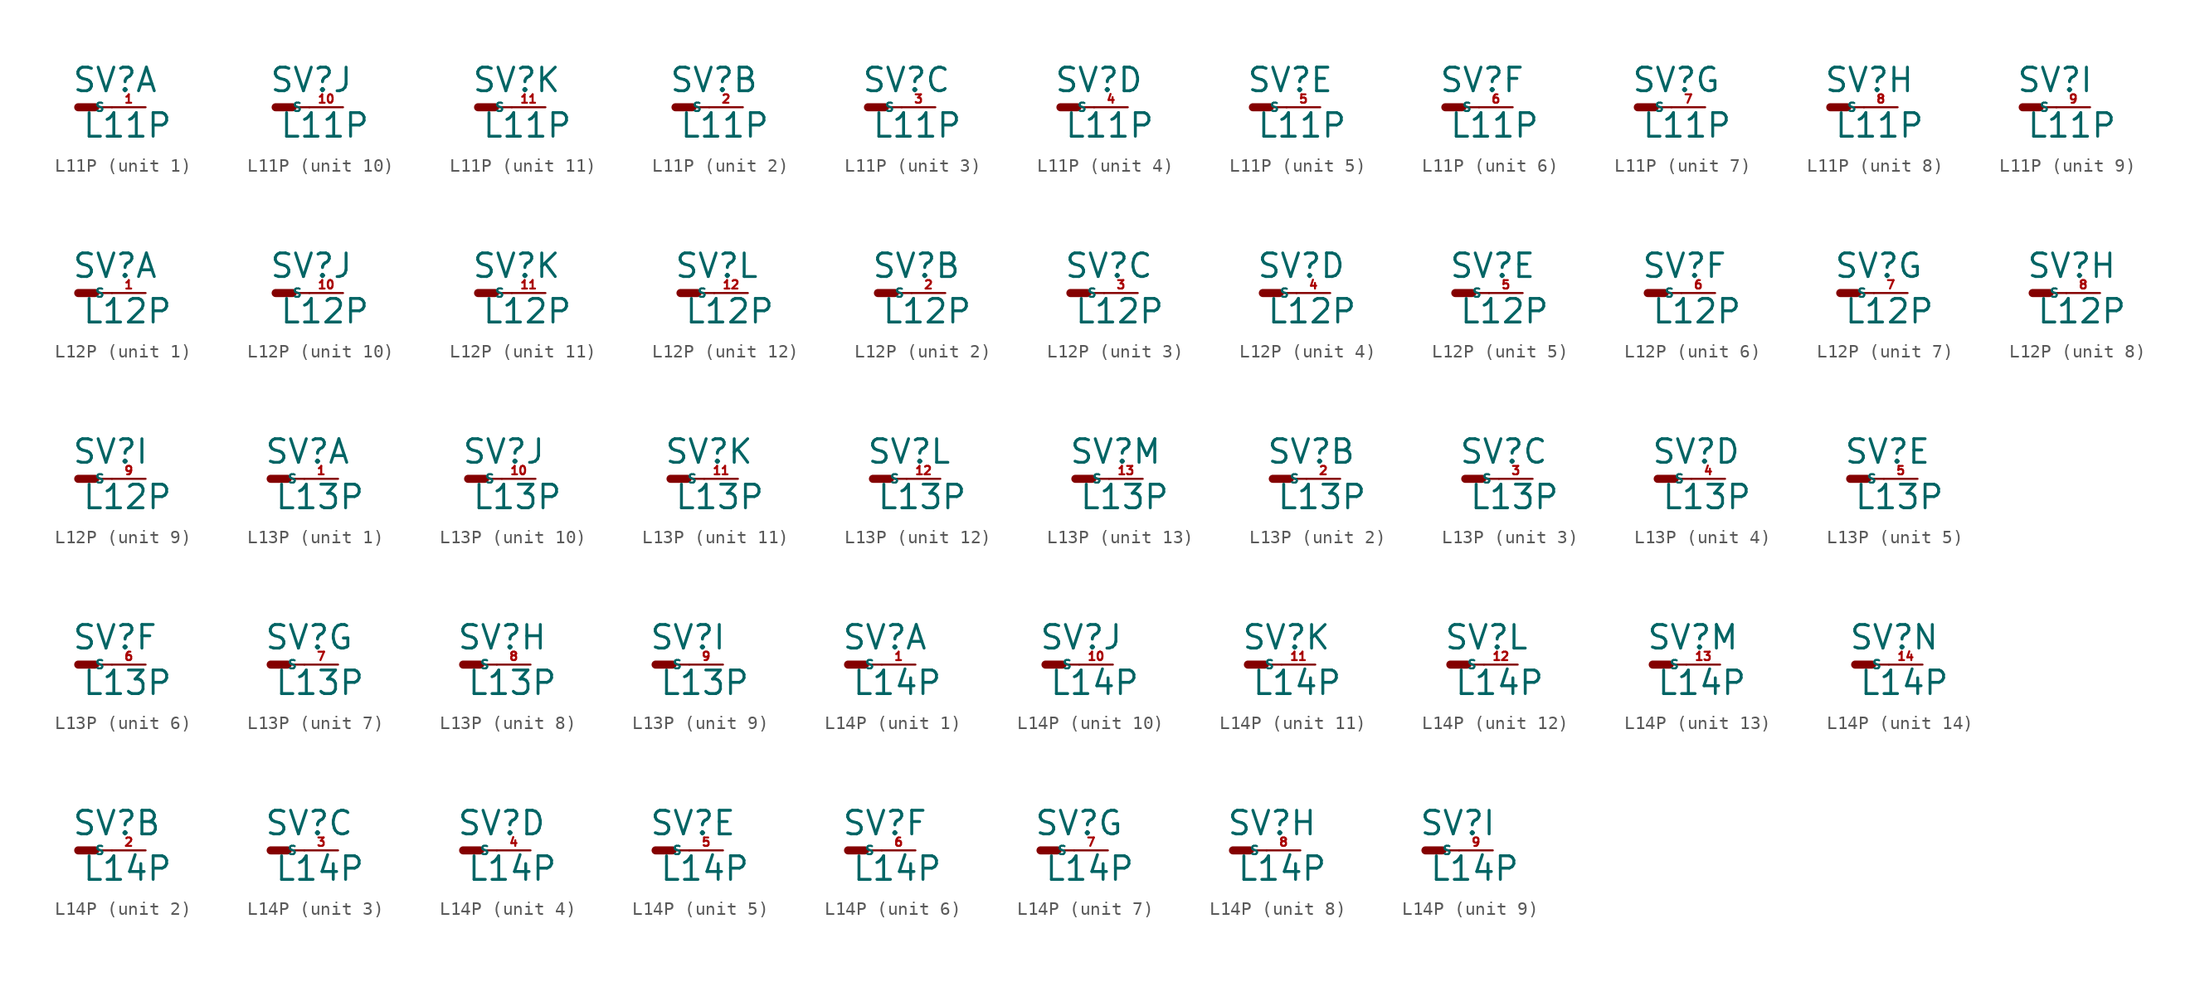
<source format=kicad_sym>
(kicad_symbol_lib
  (version 20220914)
  (generator Eagle2Kicad)
  (symbol "L11P"
    (property "Reference" "SV"
      (at -0.508 1.016 0)
      (effects (font (size 1.778 1.778) (thickness 0.22)) (justify left bottom)))
    (property "Value" "L11P"
      (at 0.254 -2.413 0)
      (effects (font (size 1.778 1.778) (thickness 0.22)) (justify left bottom)))
    (symbol "L11P_1_0"
      (polyline (pts (xy 1.27 0) (xy 2.54 0)) (stroke (width 0.152) (type default)) (fill (type none)))
      (polyline (pts (xy 0 0) (xy 1.27 0)) (stroke (width 0.61) (type default)) (fill (type none)))
      (pin passive line (at 5.08 0 180) (length 2.54) (name "S" (effects (font (size 0.635 0.635) (thickness 0.08)) (justify left bottom))) (number "1" (effects (font (size 0.635 0.635) (thickness 0.08)) (justify left bottom)))))
    (symbol "L11P_2_0"
      (polyline (pts (xy 1.27 0) (xy 2.54 0)) (stroke (width 0.152) (type default)) (fill (type none)))
      (polyline (pts (xy 0 0) (xy 1.27 0)) (stroke (width 0.61) (type default)) (fill (type none)))
      (pin passive line (at 5.08 0 180) (length 2.54) (name "S" (effects (font (size 0.635 0.635) (thickness 0.08)) (justify left bottom))) (number "2" (effects (font (size 0.635 0.635) (thickness 0.08)) (justify left bottom)))))
    (symbol "L11P_3_0"
      (polyline (pts (xy 1.27 0) (xy 2.54 0)) (stroke (width 0.152) (type default)) (fill (type none)))
      (polyline (pts (xy 0 0) (xy 1.27 0)) (stroke (width 0.61) (type default)) (fill (type none)))
      (pin passive line (at 5.08 0 180) (length 2.54) (name "S" (effects (font (size 0.635 0.635) (thickness 0.08)) (justify left bottom))) (number "3" (effects (font (size 0.635 0.635) (thickness 0.08)) (justify left bottom)))))
    (symbol "L11P_4_0"
      (polyline (pts (xy 1.27 0) (xy 2.54 0)) (stroke (width 0.152) (type default)) (fill (type none)))
      (polyline (pts (xy 0 0) (xy 1.27 0)) (stroke (width 0.61) (type default)) (fill (type none)))
      (pin passive line (at 5.08 0 180) (length 2.54) (name "S" (effects (font (size 0.635 0.635) (thickness 0.08)) (justify left bottom))) (number "4" (effects (font (size 0.635 0.635) (thickness 0.08)) (justify left bottom)))))
    (symbol "L11P_5_0"
      (polyline (pts (xy 1.27 0) (xy 2.54 0)) (stroke (width 0.152) (type default)) (fill (type none)))
      (polyline (pts (xy 0 0) (xy 1.27 0)) (stroke (width 0.61) (type default)) (fill (type none)))
      (pin passive line (at 5.08 0 180) (length 2.54) (name "S" (effects (font (size 0.635 0.635) (thickness 0.08)) (justify left bottom))) (number "5" (effects (font (size 0.635 0.635) (thickness 0.08)) (justify left bottom)))))
    (symbol "L11P_6_0"
      (polyline (pts (xy 1.27 0) (xy 2.54 0)) (stroke (width 0.152) (type default)) (fill (type none)))
      (polyline (pts (xy 0 0) (xy 1.27 0)) (stroke (width 0.61) (type default)) (fill (type none)))
      (pin passive line (at 5.08 0 180) (length 2.54) (name "S" (effects (font (size 0.635 0.635) (thickness 0.08)) (justify left bottom))) (number "6" (effects (font (size 0.635 0.635) (thickness 0.08)) (justify left bottom)))))
    (symbol "L11P_7_0"
      (polyline (pts (xy 1.27 0) (xy 2.54 0)) (stroke (width 0.152) (type default)) (fill (type none)))
      (polyline (pts (xy 0 0) (xy 1.27 0)) (stroke (width 0.61) (type default)) (fill (type none)))
      (pin passive line (at 5.08 0 180) (length 2.54) (name "S" (effects (font (size 0.635 0.635) (thickness 0.08)) (justify left bottom))) (number "7" (effects (font (size 0.635 0.635) (thickness 0.08)) (justify left bottom)))))
    (symbol "L11P_8_0"
      (polyline (pts (xy 1.27 0) (xy 2.54 0)) (stroke (width 0.152) (type default)) (fill (type none)))
      (polyline (pts (xy 0 0) (xy 1.27 0)) (stroke (width 0.61) (type default)) (fill (type none)))
      (pin passive line (at 5.08 0 180) (length 2.54) (name "S" (effects (font (size 0.635 0.635) (thickness 0.08)) (justify left bottom))) (number "8" (effects (font (size 0.635 0.635) (thickness 0.08)) (justify left bottom)))))
    (symbol "L11P_9_0"
      (polyline (pts (xy 1.27 0) (xy 2.54 0)) (stroke (width 0.152) (type default)) (fill (type none)))
      (polyline (pts (xy 0 0) (xy 1.27 0)) (stroke (width 0.61) (type default)) (fill (type none)))
      (pin passive line (at 5.08 0 180) (length 2.54) (name "S" (effects (font (size 0.635 0.635) (thickness 0.08)) (justify left bottom))) (number "9" (effects (font (size 0.635 0.635) (thickness 0.08)) (justify left bottom)))))
    (symbol "L11P_10_0"
      (polyline (pts (xy 1.27 0) (xy 2.54 0)) (stroke (width 0.152) (type default)) (fill (type none)))
      (polyline (pts (xy 0 0) (xy 1.27 0)) (stroke (width 0.61) (type default)) (fill (type none)))
      (pin passive line (at 5.08 0 180) (length 2.54) (name "S" (effects (font (size 0.635 0.635) (thickness 0.08)) (justify left bottom))) (number "10" (effects (font (size 0.635 0.635) (thickness 0.08)) (justify left bottom)))))
    (symbol "L11P_11_0"
      (polyline (pts (xy 1.27 0) (xy 2.54 0)) (stroke (width 0.152) (type default)) (fill (type none)))
      (polyline (pts (xy 0 0) (xy 1.27 0)) (stroke (width 0.61) (type default)) (fill (type none)))
      (pin passive line (at 5.08 0 180) (length 2.54) (name "S" (effects (font (size 0.635 0.635) (thickness 0.08)) (justify left bottom))) (number "11" (effects (font (size 0.635 0.635) (thickness 0.08)) (justify left bottom))))))
  (symbol "L12P"
    (property "Reference" "SV"
      (at -0.508 1.016 0)
      (effects (font (size 1.778 1.778) (thickness 0.22)) (justify left bottom)))
    (property "Value" "L12P"
      (at 0.254 -2.413 0)
      (effects (font (size 1.778 1.778) (thickness 0.22)) (justify left bottom)))
    (symbol "L12P_1_0"
      (polyline (pts (xy 1.27 0) (xy 2.54 0)) (stroke (width 0.152) (type default)) (fill (type none)))
      (polyline (pts (xy 0 0) (xy 1.27 0)) (stroke (width 0.61) (type default)) (fill (type none)))
      (pin passive line (at 5.08 0 180) (length 2.54) (name "S" (effects (font (size 0.635 0.635) (thickness 0.08)) (justify left bottom))) (number "1" (effects (font (size 0.635 0.635) (thickness 0.08)) (justify left bottom)))))
    (symbol "L12P_2_0"
      (polyline (pts (xy 1.27 0) (xy 2.54 0)) (stroke (width 0.152) (type default)) (fill (type none)))
      (polyline (pts (xy 0 0) (xy 1.27 0)) (stroke (width 0.61) (type default)) (fill (type none)))
      (pin passive line (at 5.08 0 180) (length 2.54) (name "S" (effects (font (size 0.635 0.635) (thickness 0.08)) (justify left bottom))) (number "2" (effects (font (size 0.635 0.635) (thickness 0.08)) (justify left bottom)))))
    (symbol "L12P_3_0"
      (polyline (pts (xy 1.27 0) (xy 2.54 0)) (stroke (width 0.152) (type default)) (fill (type none)))
      (polyline (pts (xy 0 0) (xy 1.27 0)) (stroke (width 0.61) (type default)) (fill (type none)))
      (pin passive line (at 5.08 0 180) (length 2.54) (name "S" (effects (font (size 0.635 0.635) (thickness 0.08)) (justify left bottom))) (number "3" (effects (font (size 0.635 0.635) (thickness 0.08)) (justify left bottom)))))
    (symbol "L12P_4_0"
      (polyline (pts (xy 1.27 0) (xy 2.54 0)) (stroke (width 0.152) (type default)) (fill (type none)))
      (polyline (pts (xy 0 0) (xy 1.27 0)) (stroke (width 0.61) (type default)) (fill (type none)))
      (pin passive line (at 5.08 0 180) (length 2.54) (name "S" (effects (font (size 0.635 0.635) (thickness 0.08)) (justify left bottom))) (number "4" (effects (font (size 0.635 0.635) (thickness 0.08)) (justify left bottom)))))
    (symbol "L12P_5_0"
      (polyline (pts (xy 1.27 0) (xy 2.54 0)) (stroke (width 0.152) (type default)) (fill (type none)))
      (polyline (pts (xy 0 0) (xy 1.27 0)) (stroke (width 0.61) (type default)) (fill (type none)))
      (pin passive line (at 5.08 0 180) (length 2.54) (name "S" (effects (font (size 0.635 0.635) (thickness 0.08)) (justify left bottom))) (number "5" (effects (font (size 0.635 0.635) (thickness 0.08)) (justify left bottom)))))
    (symbol "L12P_6_0"
      (polyline (pts (xy 1.27 0) (xy 2.54 0)) (stroke (width 0.152) (type default)) (fill (type none)))
      (polyline (pts (xy 0 0) (xy 1.27 0)) (stroke (width 0.61) (type default)) (fill (type none)))
      (pin passive line (at 5.08 0 180) (length 2.54) (name "S" (effects (font (size 0.635 0.635) (thickness 0.08)) (justify left bottom))) (number "6" (effects (font (size 0.635 0.635) (thickness 0.08)) (justify left bottom)))))
    (symbol "L12P_7_0"
      (polyline (pts (xy 1.27 0) (xy 2.54 0)) (stroke (width 0.152) (type default)) (fill (type none)))
      (polyline (pts (xy 0 0) (xy 1.27 0)) (stroke (width 0.61) (type default)) (fill (type none)))
      (pin passive line (at 5.08 0 180) (length 2.54) (name "S" (effects (font (size 0.635 0.635) (thickness 0.08)) (justify left bottom))) (number "7" (effects (font (size 0.635 0.635) (thickness 0.08)) (justify left bottom)))))
    (symbol "L12P_8_0"
      (polyline (pts (xy 1.27 0) (xy 2.54 0)) (stroke (width 0.152) (type default)) (fill (type none)))
      (polyline (pts (xy 0 0) (xy 1.27 0)) (stroke (width 0.61) (type default)) (fill (type none)))
      (pin passive line (at 5.08 0 180) (length 2.54) (name "S" (effects (font (size 0.635 0.635) (thickness 0.08)) (justify left bottom))) (number "8" (effects (font (size 0.635 0.635) (thickness 0.08)) (justify left bottom)))))
    (symbol "L12P_9_0"
      (polyline (pts (xy 1.27 0) (xy 2.54 0)) (stroke (width 0.152) (type default)) (fill (type none)))
      (polyline (pts (xy 0 0) (xy 1.27 0)) (stroke (width 0.61) (type default)) (fill (type none)))
      (pin passive line (at 5.08 0 180) (length 2.54) (name "S" (effects (font (size 0.635 0.635) (thickness 0.08)) (justify left bottom))) (number "9" (effects (font (size 0.635 0.635) (thickness 0.08)) (justify left bottom)))))
    (symbol "L12P_10_0"
      (polyline (pts (xy 1.27 0) (xy 2.54 0)) (stroke (width 0.152) (type default)) (fill (type none)))
      (polyline (pts (xy 0 0) (xy 1.27 0)) (stroke (width 0.61) (type default)) (fill (type none)))
      (pin passive line (at 5.08 0 180) (length 2.54) (name "S" (effects (font (size 0.635 0.635) (thickness 0.08)) (justify left bottom))) (number "10" (effects (font (size 0.635 0.635) (thickness 0.08)) (justify left bottom)))))
    (symbol "L12P_11_0"
      (polyline (pts (xy 1.27 0) (xy 2.54 0)) (stroke (width 0.152) (type default)) (fill (type none)))
      (polyline (pts (xy 0 0) (xy 1.27 0)) (stroke (width 0.61) (type default)) (fill (type none)))
      (pin passive line (at 5.08 0 180) (length 2.54) (name "S" (effects (font (size 0.635 0.635) (thickness 0.08)) (justify left bottom))) (number "11" (effects (font (size 0.635 0.635) (thickness 0.08)) (justify left bottom)))))
    (symbol "L12P_12_0"
      (polyline (pts (xy 1.27 0) (xy 2.54 0)) (stroke (width 0.152) (type default)) (fill (type none)))
      (polyline (pts (xy 0 0) (xy 1.27 0)) (stroke (width 0.61) (type default)) (fill (type none)))
      (pin passive line (at 5.08 0 180) (length 2.54) (name "S" (effects (font (size 0.635 0.635) (thickness 0.08)) (justify left bottom))) (number "12" (effects (font (size 0.635 0.635) (thickness 0.08)) (justify left bottom))))))
  (symbol "L13P"
    (property "Reference" "SV"
      (at -0.508 1.016 0)
      (effects (font (size 1.778 1.778) (thickness 0.22)) (justify left bottom)))
    (property "Value" "L13P"
      (at 0.254 -2.413 0)
      (effects (font (size 1.778 1.778) (thickness 0.22)) (justify left bottom)))
    (symbol "L13P_1_0"
      (polyline (pts (xy 1.27 0) (xy 2.54 0)) (stroke (width 0.152) (type default)) (fill (type none)))
      (polyline (pts (xy 0 0) (xy 1.27 0)) (stroke (width 0.61) (type default)) (fill (type none)))
      (pin passive line (at 5.08 0 180) (length 2.54) (name "S" (effects (font (size 0.635 0.635) (thickness 0.08)) (justify left bottom))) (number "1" (effects (font (size 0.635 0.635) (thickness 0.08)) (justify left bottom)))))
    (symbol "L13P_2_0"
      (polyline (pts (xy 1.27 0) (xy 2.54 0)) (stroke (width 0.152) (type default)) (fill (type none)))
      (polyline (pts (xy 0 0) (xy 1.27 0)) (stroke (width 0.61) (type default)) (fill (type none)))
      (pin passive line (at 5.08 0 180) (length 2.54) (name "S" (effects (font (size 0.635 0.635) (thickness 0.08)) (justify left bottom))) (number "2" (effects (font (size 0.635 0.635) (thickness 0.08)) (justify left bottom)))))
    (symbol "L13P_3_0"
      (polyline (pts (xy 1.27 0) (xy 2.54 0)) (stroke (width 0.152) (type default)) (fill (type none)))
      (polyline (pts (xy 0 0) (xy 1.27 0)) (stroke (width 0.61) (type default)) (fill (type none)))
      (pin passive line (at 5.08 0 180) (length 2.54) (name "S" (effects (font (size 0.635 0.635) (thickness 0.08)) (justify left bottom))) (number "3" (effects (font (size 0.635 0.635) (thickness 0.08)) (justify left bottom)))))
    (symbol "L13P_4_0"
      (polyline (pts (xy 1.27 0) (xy 2.54 0)) (stroke (width 0.152) (type default)) (fill (type none)))
      (polyline (pts (xy 0 0) (xy 1.27 0)) (stroke (width 0.61) (type default)) (fill (type none)))
      (pin passive line (at 5.08 0 180) (length 2.54) (name "S" (effects (font (size 0.635 0.635) (thickness 0.08)) (justify left bottom))) (number "4" (effects (font (size 0.635 0.635) (thickness 0.08)) (justify left bottom)))))
    (symbol "L13P_5_0"
      (polyline (pts (xy 1.27 0) (xy 2.54 0)) (stroke (width 0.152) (type default)) (fill (type none)))
      (polyline (pts (xy 0 0) (xy 1.27 0)) (stroke (width 0.61) (type default)) (fill (type none)))
      (pin passive line (at 5.08 0 180) (length 2.54) (name "S" (effects (font (size 0.635 0.635) (thickness 0.08)) (justify left bottom))) (number "5" (effects (font (size 0.635 0.635) (thickness 0.08)) (justify left bottom)))))
    (symbol "L13P_6_0"
      (polyline (pts (xy 1.27 0) (xy 2.54 0)) (stroke (width 0.152) (type default)) (fill (type none)))
      (polyline (pts (xy 0 0) (xy 1.27 0)) (stroke (width 0.61) (type default)) (fill (type none)))
      (pin passive line (at 5.08 0 180) (length 2.54) (name "S" (effects (font (size 0.635 0.635) (thickness 0.08)) (justify left bottom))) (number "6" (effects (font (size 0.635 0.635) (thickness 0.08)) (justify left bottom)))))
    (symbol "L13P_7_0"
      (polyline (pts (xy 1.27 0) (xy 2.54 0)) (stroke (width 0.152) (type default)) (fill (type none)))
      (polyline (pts (xy 0 0) (xy 1.27 0)) (stroke (width 0.61) (type default)) (fill (type none)))
      (pin passive line (at 5.08 0 180) (length 2.54) (name "S" (effects (font (size 0.635 0.635) (thickness 0.08)) (justify left bottom))) (number "7" (effects (font (size 0.635 0.635) (thickness 0.08)) (justify left bottom)))))
    (symbol "L13P_8_0"
      (polyline (pts (xy 1.27 0) (xy 2.54 0)) (stroke (width 0.152) (type default)) (fill (type none)))
      (polyline (pts (xy 0 0) (xy 1.27 0)) (stroke (width 0.61) (type default)) (fill (type none)))
      (pin passive line (at 5.08 0 180) (length 2.54) (name "S" (effects (font (size 0.635 0.635) (thickness 0.08)) (justify left bottom))) (number "8" (effects (font (size 0.635 0.635) (thickness 0.08)) (justify left bottom)))))
    (symbol "L13P_9_0"
      (polyline (pts (xy 1.27 0) (xy 2.54 0)) (stroke (width 0.152) (type default)) (fill (type none)))
      (polyline (pts (xy 0 0) (xy 1.27 0)) (stroke (width 0.61) (type default)) (fill (type none)))
      (pin passive line (at 5.08 0 180) (length 2.54) (name "S" (effects (font (size 0.635 0.635) (thickness 0.08)) (justify left bottom))) (number "9" (effects (font (size 0.635 0.635) (thickness 0.08)) (justify left bottom)))))
    (symbol "L13P_10_0"
      (polyline (pts (xy 1.27 0) (xy 2.54 0)) (stroke (width 0.152) (type default)) (fill (type none)))
      (polyline (pts (xy 0 0) (xy 1.27 0)) (stroke (width 0.61) (type default)) (fill (type none)))
      (pin passive line (at 5.08 0 180) (length 2.54) (name "S" (effects (font (size 0.635 0.635) (thickness 0.08)) (justify left bottom))) (number "10" (effects (font (size 0.635 0.635) (thickness 0.08)) (justify left bottom)))))
    (symbol "L13P_11_0"
      (polyline (pts (xy 1.27 0) (xy 2.54 0)) (stroke (width 0.152) (type default)) (fill (type none)))
      (polyline (pts (xy 0 0) (xy 1.27 0)) (stroke (width 0.61) (type default)) (fill (type none)))
      (pin passive line (at 5.08 0 180) (length 2.54) (name "S" (effects (font (size 0.635 0.635) (thickness 0.08)) (justify left bottom))) (number "11" (effects (font (size 0.635 0.635) (thickness 0.08)) (justify left bottom)))))
    (symbol "L13P_12_0"
      (polyline (pts (xy 1.27 0) (xy 2.54 0)) (stroke (width 0.152) (type default)) (fill (type none)))
      (polyline (pts (xy 0 0) (xy 1.27 0)) (stroke (width 0.61) (type default)) (fill (type none)))
      (pin passive line (at 5.08 0 180) (length 2.54) (name "S" (effects (font (size 0.635 0.635) (thickness 0.08)) (justify left bottom))) (number "12" (effects (font (size 0.635 0.635) (thickness 0.08)) (justify left bottom)))))
    (symbol "L13P_13_0"
      (polyline (pts (xy 1.27 0) (xy 2.54 0)) (stroke (width 0.152) (type default)) (fill (type none)))
      (polyline (pts (xy 0 0) (xy 1.27 0)) (stroke (width 0.61) (type default)) (fill (type none)))
      (pin passive line (at 5.08 0 180) (length 2.54) (name "S" (effects (font (size 0.635 0.635) (thickness 0.08)) (justify left bottom))) (number "13" (effects (font (size 0.635 0.635) (thickness 0.08)) (justify left bottom))))))
  (symbol "L14P"
    (property "Reference" "SV"
      (at -0.508 1.016 0)
      (effects (font (size 1.778 1.778) (thickness 0.22)) (justify left bottom)))
    (property "Value" "L14P"
      (at 0.254 -2.413 0)
      (effects (font (size 1.778 1.778) (thickness 0.22)) (justify left bottom)))
    (symbol "L14P_1_0"
      (polyline (pts (xy 1.27 0) (xy 2.54 0)) (stroke (width 0.152) (type default)) (fill (type none)))
      (polyline (pts (xy 0 0) (xy 1.27 0)) (stroke (width 0.61) (type default)) (fill (type none)))
      (pin passive line (at 5.08 0 180) (length 2.54) (name "S" (effects (font (size 0.635 0.635) (thickness 0.08)) (justify left bottom))) (number "1" (effects (font (size 0.635 0.635) (thickness 0.08)) (justify left bottom)))))
    (symbol "L14P_2_0"
      (polyline (pts (xy 1.27 0) (xy 2.54 0)) (stroke (width 0.152) (type default)) (fill (type none)))
      (polyline (pts (xy 0 0) (xy 1.27 0)) (stroke (width 0.61) (type default)) (fill (type none)))
      (pin passive line (at 5.08 0 180) (length 2.54) (name "S" (effects (font (size 0.635 0.635) (thickness 0.08)) (justify left bottom))) (number "2" (effects (font (size 0.635 0.635) (thickness 0.08)) (justify left bottom)))))
    (symbol "L14P_3_0"
      (polyline (pts (xy 1.27 0) (xy 2.54 0)) (stroke (width 0.152) (type default)) (fill (type none)))
      (polyline (pts (xy 0 0) (xy 1.27 0)) (stroke (width 0.61) (type default)) (fill (type none)))
      (pin passive line (at 5.08 0 180) (length 2.54) (name "S" (effects (font (size 0.635 0.635) (thickness 0.08)) (justify left bottom))) (number "3" (effects (font (size 0.635 0.635) (thickness 0.08)) (justify left bottom)))))
    (symbol "L14P_4_0"
      (polyline (pts (xy 1.27 0) (xy 2.54 0)) (stroke (width 0.152) (type default)) (fill (type none)))
      (polyline (pts (xy 0 0) (xy 1.27 0)) (stroke (width 0.61) (type default)) (fill (type none)))
      (pin passive line (at 5.08 0 180) (length 2.54) (name "S" (effects (font (size 0.635 0.635) (thickness 0.08)) (justify left bottom))) (number "4" (effects (font (size 0.635 0.635) (thickness 0.08)) (justify left bottom)))))
    (symbol "L14P_5_0"
      (polyline (pts (xy 1.27 0) (xy 2.54 0)) (stroke (width 0.152) (type default)) (fill (type none)))
      (polyline (pts (xy 0 0) (xy 1.27 0)) (stroke (width 0.61) (type default)) (fill (type none)))
      (pin passive line (at 5.08 0 180) (length 2.54) (name "S" (effects (font (size 0.635 0.635) (thickness 0.08)) (justify left bottom))) (number "5" (effects (font (size 0.635 0.635) (thickness 0.08)) (justify left bottom)))))
    (symbol "L14P_6_0"
      (polyline (pts (xy 1.27 0) (xy 2.54 0)) (stroke (width 0.152) (type default)) (fill (type none)))
      (polyline (pts (xy 0 0) (xy 1.27 0)) (stroke (width 0.61) (type default)) (fill (type none)))
      (pin passive line (at 5.08 0 180) (length 2.54) (name "S" (effects (font (size 0.635 0.635) (thickness 0.08)) (justify left bottom))) (number "6" (effects (font (size 0.635 0.635) (thickness 0.08)) (justify left bottom)))))
    (symbol "L14P_7_0"
      (polyline (pts (xy 1.27 0) (xy 2.54 0)) (stroke (width 0.152) (type default)) (fill (type none)))
      (polyline (pts (xy 0 0) (xy 1.27 0)) (stroke (width 0.61) (type default)) (fill (type none)))
      (pin passive line (at 5.08 0 180) (length 2.54) (name "S" (effects (font (size 0.635 0.635) (thickness 0.08)) (justify left bottom))) (number "7" (effects (font (size 0.635 0.635) (thickness 0.08)) (justify left bottom)))))
    (symbol "L14P_8_0"
      (polyline (pts (xy 1.27 0) (xy 2.54 0)) (stroke (width 0.152) (type default)) (fill (type none)))
      (polyline (pts (xy 0 0) (xy 1.27 0)) (stroke (width 0.61) (type default)) (fill (type none)))
      (pin passive line (at 5.08 0 180) (length 2.54) (name "S" (effects (font (size 0.635 0.635) (thickness 0.08)) (justify left bottom))) (number "8" (effects (font (size 0.635 0.635) (thickness 0.08)) (justify left bottom)))))
    (symbol "L14P_9_0"
      (polyline (pts (xy 1.27 0) (xy 2.54 0)) (stroke (width 0.152) (type default)) (fill (type none)))
      (polyline (pts (xy 0 0) (xy 1.27 0)) (stroke (width 0.61) (type default)) (fill (type none)))
      (pin passive line (at 5.08 0 180) (length 2.54) (name "S" (effects (font (size 0.635 0.635) (thickness 0.08)) (justify left bottom))) (number "9" (effects (font (size 0.635 0.635) (thickness 0.08)) (justify left bottom)))))
    (symbol "L14P_10_0"
      (polyline (pts (xy 1.27 0) (xy 2.54 0)) (stroke (width 0.152) (type default)) (fill (type none)))
      (polyline (pts (xy 0 0) (xy 1.27 0)) (stroke (width 0.61) (type default)) (fill (type none)))
      (pin passive line (at 5.08 0 180) (length 2.54) (name "S" (effects (font (size 0.635 0.635) (thickness 0.08)) (justify left bottom))) (number "10" (effects (font (size 0.635 0.635) (thickness 0.08)) (justify left bottom)))))
    (symbol "L14P_11_0"
      (polyline (pts (xy 1.27 0) (xy 2.54 0)) (stroke (width 0.152) (type default)) (fill (type none)))
      (polyline (pts (xy 0 0) (xy 1.27 0)) (stroke (width 0.61) (type default)) (fill (type none)))
      (pin passive line (at 5.08 0 180) (length 2.54) (name "S" (effects (font (size 0.635 0.635) (thickness 0.08)) (justify left bottom))) (number "11" (effects (font (size 0.635 0.635) (thickness 0.08)) (justify left bottom)))))
    (symbol "L14P_12_0"
      (polyline (pts (xy 1.27 0) (xy 2.54 0)) (stroke (width 0.152) (type default)) (fill (type none)))
      (polyline (pts (xy 0 0) (xy 1.27 0)) (stroke (width 0.61) (type default)) (fill (type none)))
      (pin passive line (at 5.08 0 180) (length 2.54) (name "S" (effects (font (size 0.635 0.635) (thickness 0.08)) (justify left bottom))) (number "12" (effects (font (size 0.635 0.635) (thickness 0.08)) (justify left bottom)))))
    (symbol "L14P_13_0"
      (polyline (pts (xy 1.27 0) (xy 2.54 0)) (stroke (width 0.152) (type default)) (fill (type none)))
      (polyline (pts (xy 0 0) (xy 1.27 0)) (stroke (width 0.61) (type default)) (fill (type none)))
      (pin passive line (at 5.08 0 180) (length 2.54) (name "S" (effects (font (size 0.635 0.635) (thickness 0.08)) (justify left bottom))) (number "13" (effects (font (size 0.635 0.635) (thickness 0.08)) (justify left bottom)))))
    (symbol "L14P_14_0"
      (polyline (pts (xy 1.27 0) (xy 2.54 0)) (stroke (width 0.152) (type default)) (fill (type none)))
      (polyline (pts (xy 0 0) (xy 1.27 0)) (stroke (width 0.61) (type default)) (fill (type none)))
      (pin passive line (at 5.08 0 180) (length 2.54) (name "S" (effects (font (size 0.635 0.635) (thickness 0.08)) (justify left bottom))) (number "14" (effects (font (size 0.635 0.635) (thickness 0.08)) (justify left bottom)))))))
</source>
